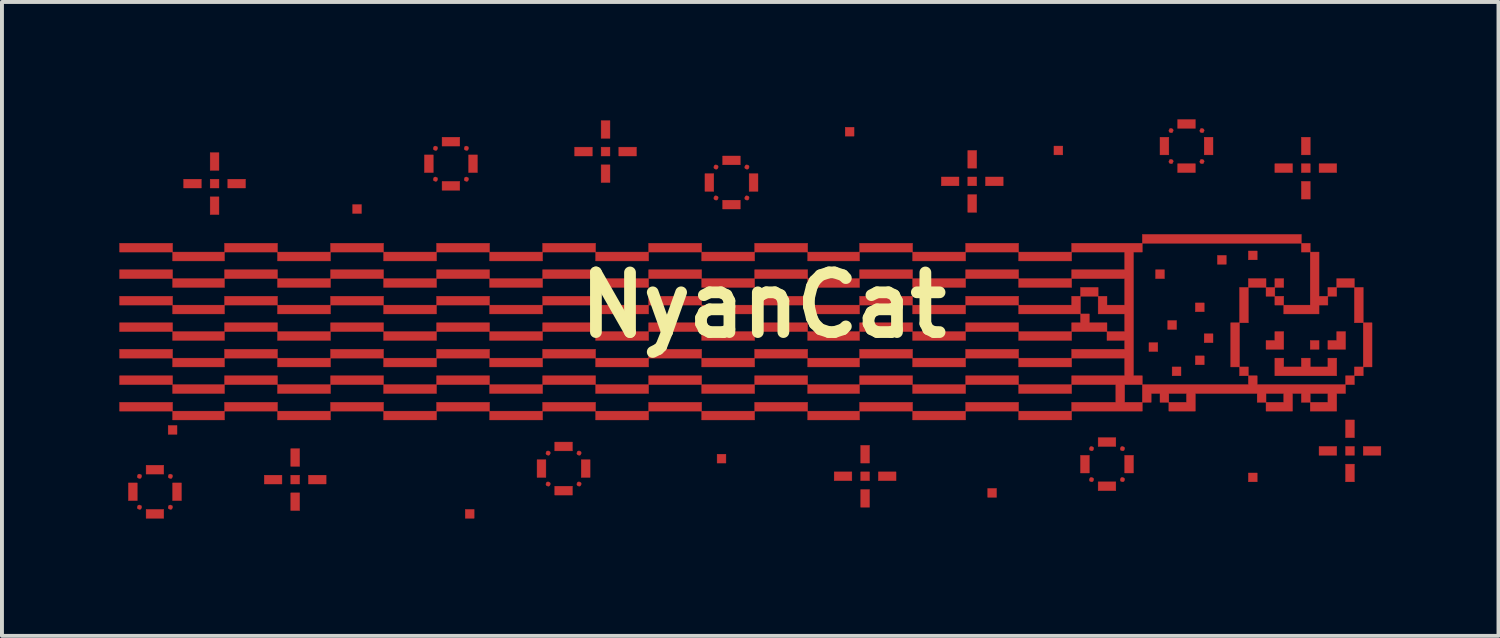
<source format=kicad_pcb>
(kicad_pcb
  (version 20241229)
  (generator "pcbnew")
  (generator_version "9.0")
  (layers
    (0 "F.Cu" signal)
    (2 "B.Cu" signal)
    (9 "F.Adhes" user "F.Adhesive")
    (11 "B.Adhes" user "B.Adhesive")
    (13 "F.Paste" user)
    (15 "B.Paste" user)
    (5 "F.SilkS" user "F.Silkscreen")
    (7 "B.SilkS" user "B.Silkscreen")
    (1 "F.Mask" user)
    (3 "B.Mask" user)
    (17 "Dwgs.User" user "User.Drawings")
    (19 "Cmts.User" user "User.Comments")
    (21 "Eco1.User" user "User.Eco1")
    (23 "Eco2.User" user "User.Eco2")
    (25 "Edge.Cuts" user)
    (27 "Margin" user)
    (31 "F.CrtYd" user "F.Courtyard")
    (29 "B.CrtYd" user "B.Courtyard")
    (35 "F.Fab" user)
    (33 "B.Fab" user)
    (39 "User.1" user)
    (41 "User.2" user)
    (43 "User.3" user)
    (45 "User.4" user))
  (footprint "NyanCat"
    (layer "F.Cu")
    (at 16.459 4.746)
    (property "Reference" "NyanCat" (at 0 0 0) (layer "F.SilkS") (effects (font (size 1.524 1.524) (thickness 0.3))))
    (attr through_hole)
    (fp_poly (pts (xy -16.454 -1.355) (xy -16.454 -1.58) (xy -15.099 -1.58) (xy -15.099 -1.355) (xy -16.454 -1.355)) (stroke (width 0.01) (type solid)) (fill yes) (layer "F.Cu"))
    (fp_poly (pts (xy -16.454 -0.677) (xy -16.454 -0.903) (xy -15.099 -0.903) (xy -15.099 -0.677) (xy -16.454 -0.677)) (stroke (width 0.01) (type solid)) (fill yes) (layer "F.Cu"))
    (fp_poly (pts (xy -16.454 0) (xy -16.454 -0.226) (xy -15.099 -0.226) (xy -15.099 0) (xy -16.454 0)) (stroke (width 0.01) (type solid)) (fill yes) (layer "F.Cu"))
    (fp_poly (pts (xy -16.454 0.677) (xy -16.454 0.452) (xy -15.099 0.452) (xy -15.099 0.677) (xy -16.454 0.677)) (stroke (width 0.01) (type solid)) (fill yes) (layer "F.Cu"))
    (fp_poly (pts (xy -16.454 1.355) (xy -16.454 1.129) (xy -15.099 1.129) (xy -15.099 1.355) (xy -16.454 1.355)) (stroke (width 0.01) (type solid)) (fill yes) (layer "F.Cu"))
    (fp_poly (pts (xy -16.454 2.032) (xy -16.454 1.806) (xy -15.099 1.806) (xy -15.099 2.032) (xy -16.454 2.032)) (stroke (width 0.01) (type solid)) (fill yes) (layer "F.Cu"))
    (fp_poly (pts (xy -16.454 2.709) (xy -16.454 2.484) (xy -15.099 2.484) (xy -15.099 2.709) (xy -16.454 2.709)) (stroke (width 0.01) (type solid)) (fill yes) (layer "F.Cu"))
    (fp_poly (pts (xy -16.002 4.995) (xy -16.228 4.995) (xy -16.228 4.544) (xy -16.002 4.544) (xy -16.002 4.995)) (stroke (width 0.01) (type solid)) (fill yes) (layer "F.Cu"))
    (fp_poly (pts (xy -15.325 4.318) (xy -15.776 4.318) (xy -15.776 4.092) (xy -15.325 4.092) (xy -15.325 4.318)) (stroke (width 0.01) (type solid)) (fill yes) (layer "F.Cu"))
    (fp_poly (pts (xy -15.325 5.447) (xy -15.776 5.447) (xy -15.776 5.221) (xy -15.325 5.221) (xy -15.325 5.447)) (stroke (width 0.01) (type solid)) (fill yes) (layer "F.Cu"))
    (fp_poly (pts (xy -14.986 3.302) (xy -15.212 3.302) (xy -15.212 3.076) (xy -14.986 3.076) (xy -14.986 3.302)) (stroke (width 0.01) (type solid)) (fill yes) (layer "F.Cu"))
    (fp_poly (pts (xy -14.873 4.995) (xy -15.099 4.995) (xy -15.099 4.544) (xy -14.873 4.544) (xy -14.873 4.995)) (stroke (width 0.01) (type solid)) (fill yes) (layer "F.Cu"))
    (fp_poly (pts (xy -14.365 -2.992) (xy -14.817 -2.992) (xy -14.817 -3.217) (xy -14.365 -3.217) (xy -14.365 -2.992)) (stroke (width 0.01) (type solid)) (fill yes) (layer "F.Cu"))
    (fp_poly (pts (xy -13.914 -3.443) (xy -14.139 -3.443) (xy -14.139 -3.895) (xy -13.914 -3.895) (xy -13.914 -3.443)) (stroke (width 0.01) (type solid)) (fill yes) (layer "F.Cu"))
    (fp_poly (pts (xy -13.914 -2.992) (xy -14.139 -2.992) (xy -14.139 -3.217) (xy -13.914 -3.217) (xy -13.914 -2.992)) (stroke (width 0.01) (type solid)) (fill yes) (layer "F.Cu"))
    (fp_poly (pts (xy -13.914 -2.314) (xy -14.139 -2.314) (xy -14.139 -2.766) (xy -13.914 -2.766) (xy -13.914 -2.314)) (stroke (width 0.01) (type solid)) (fill yes) (layer "F.Cu"))
    (fp_poly (pts (xy -13.772 -1.58) (xy -12.418 -1.58) (xy -12.418 -1.355) (xy -13.772 -1.355) (xy -13.772 -1.58)) (stroke (width 0.01) (type solid)) (fill yes) (layer "F.Cu"))
    (fp_poly (pts (xy -13.772 -1.355) (xy -13.772 -1.129) (xy -15.099 -1.129) (xy -15.099 -1.355) (xy -13.772 -1.355)) (stroke (width 0.01) (type solid)) (fill yes) (layer "F.Cu"))
    (fp_poly (pts (xy -13.772 -0.903) (xy -12.418 -0.903) (xy -12.418 -0.677) (xy -13.772 -0.677) (xy -13.772 -0.903)) (stroke (width 0.01) (type solid)) (fill yes) (layer "F.Cu"))
    (fp_poly (pts (xy -13.772 -0.677) (xy -13.772 -0.452) (xy -15.099 -0.452) (xy -15.099 -0.677) (xy -13.772 -0.677)) (stroke (width 0.01) (type solid)) (fill yes) (layer "F.Cu"))
    (fp_poly (pts (xy -13.772 -0.226) (xy -12.418 -0.226) (xy -12.418 0) (xy -13.772 0) (xy -13.772 -0.226)) (stroke (width 0.01) (type solid)) (fill yes) (layer "F.Cu"))
    (fp_poly (pts (xy -13.772 0) (xy -13.772 0.226) (xy -15.099 0.226) (xy -15.099 0) (xy -13.772 0)) (stroke (width 0.01) (type solid)) (fill yes) (layer "F.Cu"))
    (fp_poly (pts (xy -13.772 0.452) (xy -12.418 0.452) (xy -12.418 0.677) (xy -13.772 0.677) (xy -13.772 0.452)) (stroke (width 0.01) (type solid)) (fill yes) (layer "F.Cu"))
    (fp_poly (pts (xy -13.772 0.677) (xy -13.772 0.903) (xy -15.099 0.903) (xy -15.099 0.677) (xy -13.772 0.677)) (stroke (width 0.01) (type solid)) (fill yes) (layer "F.Cu"))
    (fp_poly (pts (xy -13.772 1.129) (xy -12.418 1.129) (xy -12.418 1.355) (xy -13.772 1.355) (xy -13.772 1.129)) (stroke (width 0.01) (type solid)) (fill yes) (layer "F.Cu"))
    (fp_poly (pts (xy -13.772 1.355) (xy -13.772 1.58) (xy -15.099 1.58) (xy -15.099 1.355) (xy -13.772 1.355)) (stroke (width 0.01) (type solid)) (fill yes) (layer "F.Cu"))
    (fp_poly (pts (xy -13.772 1.806) (xy -12.418 1.806) (xy -12.418 2.032) (xy -13.772 2.032) (xy -13.772 1.806)) (stroke (width 0.01) (type solid)) (fill yes) (layer "F.Cu"))
    (fp_poly (pts (xy -13.772 2.032) (xy -13.772 2.258) (xy -15.099 2.258) (xy -15.099 2.032) (xy -13.772 2.032)) (stroke (width 0.01) (type solid)) (fill yes) (layer "F.Cu"))
    (fp_poly (pts (xy -13.772 2.484) (xy -12.418 2.484) (xy -12.418 2.709) (xy -13.772 2.709) (xy -13.772 2.484)) (stroke (width 0.01) (type solid)) (fill yes) (layer "F.Cu"))
    (fp_poly (pts (xy -13.772 2.709) (xy -13.772 2.935) (xy -15.099 2.935) (xy -15.099 2.709) (xy -13.772 2.709)) (stroke (width 0.01) (type solid)) (fill yes) (layer "F.Cu"))
    (fp_poly (pts (xy -13.236 -2.992) (xy -13.688 -2.992) (xy -13.688 -3.217) (xy -13.236 -3.217) (xy -13.236 -2.992)) (stroke (width 0.01) (type solid)) (fill yes) (layer "F.Cu"))
    (fp_poly (pts (xy -12.305 4.572) (xy -12.756 4.572) (xy -12.756 4.346) (xy -12.305 4.346) (xy -12.305 4.572)) (stroke (width 0.01) (type solid)) (fill yes) (layer "F.Cu"))
    (fp_poly (pts (xy -11.853 4.12) (xy -12.079 4.12) (xy -12.079 3.669) (xy -11.853 3.669) (xy -11.853 4.12)) (stroke (width 0.01) (type solid)) (fill yes) (layer "F.Cu"))
    (fp_poly (pts (xy -11.853 4.572) (xy -12.079 4.572) (xy -12.079 4.346) (xy -11.853 4.346) (xy -11.853 4.572)) (stroke (width 0.01) (type solid)) (fill yes) (layer "F.Cu"))
    (fp_poly (pts (xy -11.853 5.249) (xy -12.079 5.249) (xy -12.079 4.798) (xy -11.853 4.798) (xy -11.853 5.249)) (stroke (width 0.01) (type solid)) (fill yes) (layer "F.Cu"))
    (fp_poly (pts (xy -11.176 4.572) (xy -11.628 4.572) (xy -11.628 4.346) (xy -11.176 4.346) (xy -11.176 4.572)) (stroke (width 0.01) (type solid)) (fill yes) (layer "F.Cu"))
    (fp_poly (pts (xy -11.063 -1.58) (xy -9.708 -1.58) (xy -9.708 -1.355) (xy -11.063 -1.355) (xy -11.063 -1.58)) (stroke (width 0.01) (type solid)) (fill yes) (layer "F.Cu"))
    (fp_poly (pts (xy -11.063 -1.355) (xy -11.063 -1.129) (xy -12.418 -1.129) (xy -12.418 -1.355) (xy -11.063 -1.355)) (stroke (width 0.01) (type solid)) (fill yes) (layer "F.Cu"))
    (fp_poly (pts (xy -11.063 -0.903) (xy -9.708 -0.903) (xy -9.708 -0.677) (xy -11.063 -0.677) (xy -11.063 -0.903)) (stroke (width 0.01) (type solid)) (fill yes) (layer "F.Cu"))
    (fp_poly (pts (xy -11.063 -0.677) (xy -11.063 -0.452) (xy -12.418 -0.452) (xy -12.418 -0.677) (xy -11.063 -0.677)) (stroke (width 0.01) (type solid)) (fill yes) (layer "F.Cu"))
    (fp_poly (pts (xy -11.063 -0.226) (xy -9.708 -0.226) (xy -9.708 0) (xy -11.063 0) (xy -11.063 -0.226)) (stroke (width 0.01) (type solid)) (fill yes) (layer "F.Cu"))
    (fp_poly (pts (xy -11.063 0) (xy -11.063 0.226) (xy -12.418 0.226) (xy -12.418 0) (xy -11.063 0)) (stroke (width 0.01) (type solid)) (fill yes) (layer "F.Cu"))
    (fp_poly (pts (xy -11.063 0.452) (xy -9.708 0.452) (xy -9.708 0.677) (xy -11.063 0.677) (xy -11.063 0.452)) (stroke (width 0.01) (type solid)) (fill yes) (layer "F.Cu"))
    (fp_poly (pts (xy -11.063 0.677) (xy -11.063 0.903) (xy -12.418 0.903) (xy -12.418 0.677) (xy -11.063 0.677)) (stroke (width 0.01) (type solid)) (fill yes) (layer "F.Cu"))
    (fp_poly (pts (xy -11.063 1.129) (xy -9.708 1.129) (xy -9.708 1.355) (xy -11.063 1.355) (xy -11.063 1.129)) (stroke (width 0.01) (type solid)) (fill yes) (layer "F.Cu"))
    (fp_poly (pts (xy -11.063 1.355) (xy -11.063 1.58) (xy -12.418 1.58) (xy -12.418 1.355) (xy -11.063 1.355)) (stroke (width 0.01) (type solid)) (fill yes) (layer "F.Cu"))
    (fp_poly (pts (xy -11.063 1.806) (xy -9.708 1.806) (xy -9.708 2.032) (xy -11.063 2.032) (xy -11.063 1.806)) (stroke (width 0.01) (type solid)) (fill yes) (layer "F.Cu"))
    (fp_poly (pts (xy -11.063 2.032) (xy -11.063 2.258) (xy -12.418 2.258) (xy -12.418 2.032) (xy -11.063 2.032)) (stroke (width 0.01) (type solid)) (fill yes) (layer "F.Cu"))
    (fp_poly (pts (xy -11.063 2.484) (xy -9.708 2.484) (xy -9.708 2.709) (xy -11.063 2.709) (xy -11.063 2.484)) (stroke (width 0.01) (type solid)) (fill yes) (layer "F.Cu"))
    (fp_poly (pts (xy -11.063 2.709) (xy -11.063 2.935) (xy -12.418 2.935) (xy -12.418 2.709) (xy -11.063 2.709)) (stroke (width 0.01) (type solid)) (fill yes) (layer "F.Cu"))
    (fp_poly (pts (xy -10.273 -2.342) (xy -10.499 -2.342) (xy -10.499 -2.568) (xy -10.273 -2.568) (xy -10.273 -2.342)) (stroke (width 0.01) (type solid)) (fill yes) (layer "F.Cu"))
    (fp_poly (pts (xy -8.438 -3.387) (xy -8.664 -3.387) (xy -8.664 -3.838) (xy -8.438 -3.838) (xy -8.438 -3.387)) (stroke (width 0.01) (type solid)) (fill yes) (layer "F.Cu"))
    (fp_poly (pts (xy -8.354 -1.58) (xy -6.999 -1.58) (xy -6.999 -1.355) (xy -8.354 -1.355) (xy -8.354 -1.58)) (stroke (width 0.01) (type solid)) (fill yes) (layer "F.Cu"))
    (fp_poly (pts (xy -8.354 -1.355) (xy -8.354 -1.129) (xy -9.708 -1.129) (xy -9.708 -1.355) (xy -8.354 -1.355)) (stroke (width 0.01) (type solid)) (fill yes) (layer "F.Cu"))
    (fp_poly (pts (xy -8.354 -0.903) (xy -6.999 -0.903) (xy -6.999 -0.677) (xy -8.354 -0.677) (xy -8.354 -0.903)) (stroke (width 0.01) (type solid)) (fill yes) (layer "F.Cu"))
    (fp_poly (pts (xy -8.354 -0.677) (xy -8.354 -0.452) (xy -9.708 -0.452) (xy -9.708 -0.677) (xy -8.354 -0.677)) (stroke (width 0.01) (type solid)) (fill yes) (layer "F.Cu"))
    (fp_poly (pts (xy -8.354 -0.226) (xy -6.999 -0.226) (xy -6.999 0) (xy -8.354 0) (xy -8.354 -0.226)) (stroke (width 0.01) (type solid)) (fill yes) (layer "F.Cu"))
    (fp_poly (pts (xy -8.354 0) (xy -8.354 0.226) (xy -9.708 0.226) (xy -9.708 0) (xy -8.354 0)) (stroke (width 0.01) (type solid)) (fill yes) (layer "F.Cu"))
    (fp_poly (pts (xy -8.354 0.452) (xy -6.999 0.452) (xy -6.999 0.677) (xy -8.354 0.677) (xy -8.354 0.452)) (stroke (width 0.01) (type solid)) (fill yes) (layer "F.Cu"))
    (fp_poly (pts (xy -8.354 0.677) (xy -8.354 0.903) (xy -9.708 0.903) (xy -9.708 0.677) (xy -8.354 0.677)) (stroke (width 0.01) (type solid)) (fill yes) (layer "F.Cu"))
    (fp_poly (pts (xy -8.354 1.129) (xy -6.999 1.129) (xy -6.999 1.355) (xy -8.354 1.355) (xy -8.354 1.129)) (stroke (width 0.01) (type solid)) (fill yes) (layer "F.Cu"))
    (fp_poly (pts (xy -8.354 1.355) (xy -8.354 1.58) (xy -9.708 1.58) (xy -9.708 1.355) (xy -8.354 1.355)) (stroke (width 0.01) (type solid)) (fill yes) (layer "F.Cu"))
    (fp_poly (pts (xy -8.354 1.806) (xy -6.999 1.806) (xy -6.999 2.032) (xy -8.354 2.032) (xy -8.354 1.806)) (stroke (width 0.01) (type solid)) (fill yes) (layer "F.Cu"))
    (fp_poly (pts (xy -8.354 2.032) (xy -8.354 2.258) (xy -9.708 2.258) (xy -9.708 2.032) (xy -8.354 2.032)) (stroke (width 0.01) (type solid)) (fill yes) (layer "F.Cu"))
    (fp_poly (pts (xy -8.354 2.484) (xy -6.999 2.484) (xy -6.999 2.709) (xy -8.354 2.709) (xy -8.354 2.484)) (stroke (width 0.01) (type solid)) (fill yes) (layer "F.Cu"))
    (fp_poly (pts (xy -8.354 2.709) (xy -8.354 2.935) (xy -9.708 2.935) (xy -9.708 2.709) (xy -8.354 2.709)) (stroke (width 0.01) (type solid)) (fill yes) (layer "F.Cu"))
    (fp_poly (pts (xy -7.761 -4.064) (xy -8.213 -4.064) (xy -8.213 -4.29) (xy -7.761 -4.29) (xy -7.761 -4.064)) (stroke (width 0.01) (type solid)) (fill yes) (layer "F.Cu"))
    (fp_poly (pts (xy -7.761 -2.935) (xy -8.213 -2.935) (xy -8.213 -3.161) (xy -7.761 -3.161) (xy -7.761 -2.935)) (stroke (width 0.01) (type solid)) (fill yes) (layer "F.Cu"))
    (fp_poly (pts (xy -7.394 5.447) (xy -7.62 5.447) (xy -7.62 5.221) (xy -7.394 5.221) (xy -7.394 5.447)) (stroke (width 0.01) (type solid)) (fill yes) (layer "F.Cu"))
    (fp_poly (pts (xy -7.31 -3.387) (xy -7.535 -3.387) (xy -7.535 -3.838) (xy -7.31 -3.838) (xy -7.31 -3.387)) (stroke (width 0.01) (type solid)) (fill yes) (layer "F.Cu"))
    (fp_poly (pts (xy -5.644 -1.58) (xy -4.29 -1.58) (xy -4.29 -1.355) (xy -5.644 -1.355) (xy -5.644 -1.58)) (stroke (width 0.01) (type solid)) (fill yes) (layer "F.Cu"))
    (fp_poly (pts (xy -5.644 -1.355) (xy -5.644 -1.129) (xy -6.999 -1.129) (xy -6.999 -1.355) (xy -5.644 -1.355)) (stroke (width 0.01) (type solid)) (fill yes) (layer "F.Cu"))
    (fp_poly (pts (xy -5.644 -0.903) (xy -4.29 -0.903) (xy -4.29 -0.677) (xy -5.644 -0.677) (xy -5.644 -0.903)) (stroke (width 0.01) (type solid)) (fill yes) (layer "F.Cu"))
    (fp_poly (pts (xy -5.644 -0.677) (xy -5.644 -0.452) (xy -6.999 -0.452) (xy -6.999 -0.677) (xy -5.644 -0.677)) (stroke (width 0.01) (type solid)) (fill yes) (layer "F.Cu"))
    (fp_poly (pts (xy -5.644 -0.226) (xy -4.29 -0.226) (xy -4.29 0) (xy -5.644 0) (xy -5.644 -0.226)) (stroke (width 0.01) (type solid)) (fill yes) (layer "F.Cu"))
    (fp_poly (pts (xy -5.644 0) (xy -5.644 0.226) (xy -6.999 0.226) (xy -6.999 0) (xy -5.644 0)) (stroke (width 0.01) (type solid)) (fill yes) (layer "F.Cu"))
    (fp_poly (pts (xy -5.644 0.452) (xy -4.29 0.452) (xy -4.29 0.677) (xy -5.644 0.677) (xy -5.644 0.452)) (stroke (width 0.01) (type solid)) (fill yes) (layer "F.Cu"))
    (fp_poly (pts (xy -5.644 0.677) (xy -5.644 0.903) (xy -6.999 0.903) (xy -6.999 0.677) (xy -5.644 0.677)) (stroke (width 0.01) (type solid)) (fill yes) (layer "F.Cu"))
    (fp_poly (pts (xy -5.644 1.129) (xy -4.29 1.129) (xy -4.29 1.355) (xy -5.644 1.355) (xy -5.644 1.129)) (stroke (width 0.01) (type solid)) (fill yes) (layer "F.Cu"))
    (fp_poly (pts (xy -5.644 1.355) (xy -5.644 1.58) (xy -6.999 1.58) (xy -6.999 1.355) (xy -5.644 1.355)) (stroke (width 0.01) (type solid)) (fill yes) (layer "F.Cu"))
    (fp_poly (pts (xy -5.644 1.806) (xy -4.29 1.806) (xy -4.29 2.032) (xy -5.644 2.032) (xy -5.644 1.806)) (stroke (width 0.01) (type solid)) (fill yes) (layer "F.Cu"))
    (fp_poly (pts (xy -5.644 2.032) (xy -5.644 2.258) (xy -6.999 2.258) (xy -6.999 2.032) (xy -5.644 2.032)) (stroke (width 0.01) (type solid)) (fill yes) (layer "F.Cu"))
    (fp_poly (pts (xy -5.644 2.484) (xy -4.29 2.484) (xy -4.29 2.709) (xy -5.644 2.709) (xy -5.644 2.484)) (stroke (width 0.01) (type solid)) (fill yes) (layer "F.Cu"))
    (fp_poly (pts (xy -5.644 2.709) (xy -5.644 2.935) (xy -6.999 2.935) (xy -6.999 2.709) (xy -5.644 2.709)) (stroke (width 0.01) (type solid)) (fill yes) (layer "F.Cu"))
    (fp_poly (pts (xy -5.56 4.403) (xy -5.786 4.403) (xy -5.786 3.951) (xy -5.56 3.951) (xy -5.56 4.403)) (stroke (width 0.01) (type solid)) (fill yes) (layer "F.Cu"))
    (fp_poly (pts (xy -4.882 3.725) (xy -5.334 3.725) (xy -5.334 3.5) (xy -4.882 3.5) (xy -4.882 3.725)) (stroke (width 0.01) (type solid)) (fill yes) (layer "F.Cu"))
    (fp_poly (pts (xy -4.882 4.854) (xy -5.334 4.854) (xy -5.334 4.628) (xy -4.882 4.628) (xy -4.882 4.854)) (stroke (width 0.01) (type solid)) (fill yes) (layer "F.Cu"))
    (fp_poly (pts (xy -4.431 4.403) (xy -4.657 4.403) (xy -4.657 3.951) (xy -4.431 3.951) (xy -4.431 4.403)) (stroke (width 0.01) (type solid)) (fill yes) (layer "F.Cu"))
    (fp_poly (pts (xy -4.374 -3.81) (xy -4.826 -3.81) (xy -4.826 -4.036) (xy -4.374 -4.036) (xy -4.374 -3.81)) (stroke (width 0.01) (type solid)) (fill yes) (layer "F.Cu"))
    (fp_poly (pts (xy -3.923 -4.262) (xy -4.149 -4.262) (xy -4.149 -4.713) (xy -3.923 -4.713) (xy -3.923 -4.262)) (stroke (width 0.01) (type solid)) (fill yes) (layer "F.Cu"))
    (fp_poly (pts (xy -3.923 -3.81) (xy -4.149 -3.81) (xy -4.149 -4.036) (xy -3.923 -4.036) (xy -3.923 -3.81)) (stroke (width 0.01) (type solid)) (fill yes) (layer "F.Cu"))
    (fp_poly (pts (xy -3.923 -3.133) (xy -4.149 -3.133) (xy -4.149 -3.584) (xy -3.923 -3.584) (xy -3.923 -3.133)) (stroke (width 0.01) (type solid)) (fill yes) (layer "F.Cu"))
    (fp_poly (pts (xy -3.246 -3.81) (xy -3.697 -3.81) (xy -3.697 -4.036) (xy -3.246 -4.036) (xy -3.246 -3.81)) (stroke (width 0.01) (type solid)) (fill yes) (layer "F.Cu"))
    (fp_poly (pts (xy -2.935 -1.58) (xy -1.58 -1.58) (xy -1.58 -1.355) (xy -2.935 -1.355) (xy -2.935 -1.58)) (stroke (width 0.01) (type solid)) (fill yes) (layer "F.Cu"))
    (fp_poly (pts (xy -2.935 -1.355) (xy -2.935 -1.129) (xy -4.29 -1.129) (xy -4.29 -1.355) (xy -2.935 -1.355)) (stroke (width 0.01) (type solid)) (fill yes) (layer "F.Cu"))
    (fp_poly (pts (xy -2.935 -0.903) (xy -1.58 -0.903) (xy -1.58 -0.677) (xy -2.935 -0.677) (xy -2.935 -0.903)) (stroke (width 0.01) (type solid)) (fill yes) (layer "F.Cu"))
    (fp_poly (pts (xy -2.935 -0.677) (xy -2.935 -0.452) (xy -4.29 -0.452) (xy -4.29 -0.677) (xy -2.935 -0.677)) (stroke (width 0.01) (type solid)) (fill yes) (layer "F.Cu"))
    (fp_poly (pts (xy -2.935 -0.226) (xy -1.58 -0.226) (xy -1.58 0) (xy -2.935 0) (xy -2.935 -0.226)) (stroke (width 0.01) (type solid)) (fill yes) (layer "F.Cu"))
    (fp_poly (pts (xy -2.935 0) (xy -2.935 0.226) (xy -4.29 0.226) (xy -4.29 0) (xy -2.935 0)) (stroke (width 0.01) (type solid)) (fill yes) (layer "F.Cu"))
    (fp_poly (pts (xy -2.935 0.452) (xy -1.58 0.452) (xy -1.58 0.677) (xy -2.935 0.677) (xy -2.935 0.452)) (stroke (width 0.01) (type solid)) (fill yes) (layer "F.Cu"))
    (fp_poly (pts (xy -2.935 0.677) (xy -2.935 0.903) (xy -4.29 0.903) (xy -4.29 0.677) (xy -2.935 0.677)) (stroke (width 0.01) (type solid)) (fill yes) (layer "F.Cu"))
    (fp_poly (pts (xy -2.935 1.129) (xy -1.58 1.129) (xy -1.58 1.355) (xy -2.935 1.355) (xy -2.935 1.129)) (stroke (width 0.01) (type solid)) (fill yes) (layer "F.Cu"))
    (fp_poly (pts (xy -2.935 1.355) (xy -2.935 1.58) (xy -4.29 1.58) (xy -4.29 1.355) (xy -2.935 1.355)) (stroke (width 0.01) (type solid)) (fill yes) (layer "F.Cu"))
    (fp_poly (pts (xy -2.935 1.806) (xy -1.58 1.806) (xy -1.58 2.032) (xy -2.935 2.032) (xy -2.935 1.806)) (stroke (width 0.01) (type solid)) (fill yes) (layer "F.Cu"))
    (fp_poly (pts (xy -2.935 2.032) (xy -2.935 2.258) (xy -4.29 2.258) (xy -4.29 2.032) (xy -2.935 2.032)) (stroke (width 0.01) (type solid)) (fill yes) (layer "F.Cu"))
    (fp_poly (pts (xy -2.935 2.484) (xy -1.58 2.484) (xy -1.58 2.709) (xy -2.935 2.709) (xy -2.935 2.484)) (stroke (width 0.01) (type solid)) (fill yes) (layer "F.Cu"))
    (fp_poly (pts (xy -2.935 2.709) (xy -2.935 2.935) (xy -4.29 2.935) (xy -4.29 2.709) (xy -2.935 2.709)) (stroke (width 0.01) (type solid)) (fill yes) (layer "F.Cu"))
    (fp_poly (pts (xy -1.27 -2.907) (xy -1.496 -2.907) (xy -1.496 -3.358) (xy -1.27 -3.358) (xy -1.27 -2.907)) (stroke (width 0.01) (type solid)) (fill yes) (layer "F.Cu"))
    (fp_poly (pts (xy -0.96 4.036) (xy -1.185 4.036) (xy -1.185 3.81) (xy -0.96 3.81) (xy -0.96 4.036)) (stroke (width 0.01) (type solid)) (fill yes) (layer "F.Cu"))
    (fp_poly (pts (xy -0.593 -3.584) (xy -1.044 -3.584) (xy -1.044 -3.81) (xy -0.593 -3.81) (xy -0.593 -3.584)) (stroke (width 0.01) (type solid)) (fill yes) (layer "F.Cu"))
    (fp_poly (pts (xy -0.593 -2.455) (xy -1.044 -2.455) (xy -1.044 -2.681) (xy -0.593 -2.681) (xy -0.593 -2.455)) (stroke (width 0.01) (type solid)) (fill yes) (layer "F.Cu"))
    (fp_poly (pts (xy -0.226 -1.58) (xy 1.129 -1.58) (xy 1.129 -1.355) (xy -0.226 -1.355) (xy -0.226 -1.58)) (stroke (width 0.01) (type solid)) (fill yes) (layer "F.Cu"))
    (fp_poly (pts (xy -0.226 -1.355) (xy -0.226 -1.129) (xy -1.58 -1.129) (xy -1.58 -1.355) (xy -0.226 -1.355)) (stroke (width 0.01) (type solid)) (fill yes) (layer "F.Cu"))
    (fp_poly (pts (xy -0.226 -0.903) (xy 1.129 -0.903) (xy 1.129 -0.677) (xy -0.226 -0.677) (xy -0.226 -0.903)) (stroke (width 0.01) (type solid)) (fill yes) (layer "F.Cu"))
    (fp_poly (pts (xy -0.226 -0.677) (xy -0.226 -0.452) (xy -1.58 -0.452) (xy -1.58 -0.677) (xy -0.226 -0.677)) (stroke (width 0.01) (type solid)) (fill yes) (layer "F.Cu"))
    (fp_poly (pts (xy -0.226 -0.226) (xy 1.129 -0.226) (xy 1.129 0) (xy -0.226 0) (xy -0.226 -0.226)) (stroke (width 0.01) (type solid)) (fill yes) (layer "F.Cu"))
    (fp_poly (pts (xy -0.226 0) (xy -0.226 0.226) (xy -1.58 0.226) (xy -1.58 0) (xy -0.226 0)) (stroke (width 0.01) (type solid)) (fill yes) (layer "F.Cu"))
    (fp_poly (pts (xy -0.226 0.452) (xy 1.129 0.452) (xy 1.129 0.677) (xy -0.226 0.677) (xy -0.226 0.452)) (stroke (width 0.01) (type solid)) (fill yes) (layer "F.Cu"))
    (fp_poly (pts (xy -0.226 0.677) (xy -0.226 0.903) (xy -1.58 0.903) (xy -1.58 0.677) (xy -0.226 0.677)) (stroke (width 0.01) (type solid)) (fill yes) (layer "F.Cu"))
    (fp_poly (pts (xy -0.226 1.129) (xy 1.129 1.129) (xy 1.129 1.355) (xy -0.226 1.355) (xy -0.226 1.129)) (stroke (width 0.01) (type solid)) (fill yes) (layer "F.Cu"))
    (fp_poly (pts (xy -0.226 1.355) (xy -0.226 1.58) (xy -1.58 1.58) (xy -1.58 1.355) (xy -0.226 1.355)) (stroke (width 0.01) (type solid)) (fill yes) (layer "F.Cu"))
    (fp_poly (pts (xy -0.226 1.806) (xy 1.129 1.806) (xy 1.129 2.032) (xy -0.226 2.032) (xy -0.226 1.806)) (stroke (width 0.01) (type solid)) (fill yes) (layer "F.Cu"))
    (fp_poly (pts (xy -0.226 2.032) (xy -0.226 2.258) (xy -1.58 2.258) (xy -1.58 2.032) (xy -0.226 2.032)) (stroke (width 0.01) (type solid)) (fill yes) (layer "F.Cu"))
    (fp_poly (pts (xy -0.226 2.484) (xy 1.129 2.484) (xy 1.129 2.709) (xy -0.226 2.709) (xy -0.226 2.484)) (stroke (width 0.01) (type solid)) (fill yes) (layer "F.Cu"))
    (fp_poly (pts (xy -0.226 2.709) (xy -0.226 2.935) (xy -1.58 2.935) (xy -1.58 2.709) (xy -0.226 2.709)) (stroke (width 0.01) (type solid)) (fill yes) (layer "F.Cu"))
    (fp_poly (pts (xy -0.141 -2.907) (xy -0.367 -2.907) (xy -0.367 -3.358) (xy -0.141 -3.358) (xy -0.141 -2.907)) (stroke (width 0.01) (type solid)) (fill yes) (layer "F.Cu"))
    (fp_poly (pts (xy 2.258 4.487) (xy 1.806 4.487) (xy 1.806 4.262) (xy 2.258 4.262) (xy 2.258 4.487)) (stroke (width 0.01) (type solid)) (fill yes) (layer "F.Cu"))
    (fp_poly (pts (xy 2.314 -4.318) (xy 2.088 -4.318) (xy 2.088 -4.544) (xy 2.314 -4.544) (xy 2.314 -4.318)) (stroke (width 0.01) (type solid)) (fill yes) (layer "F.Cu"))
    (fp_poly (pts (xy 2.455 -1.58) (xy 3.81 -1.58) (xy 3.81 -1.355) (xy 2.455 -1.355) (xy 2.455 -1.58)) (stroke (width 0.01) (type solid)) (fill yes) (layer "F.Cu"))
    (fp_poly (pts (xy 2.455 -1.355) (xy 2.455 -1.129) (xy 1.129 -1.129) (xy 1.129 -1.355) (xy 2.455 -1.355)) (stroke (width 0.01) (type solid)) (fill yes) (layer "F.Cu"))
    (fp_poly (pts (xy 2.455 -0.903) (xy 3.81 -0.903) (xy 3.81 -0.677) (xy 2.455 -0.677) (xy 2.455 -0.903)) (stroke (width 0.01) (type solid)) (fill yes) (layer "F.Cu"))
    (fp_poly (pts (xy 2.455 -0.677) (xy 2.455 -0.452) (xy 1.129 -0.452) (xy 1.129 -0.677) (xy 2.455 -0.677)) (stroke (width 0.01) (type solid)) (fill yes) (layer "F.Cu"))
    (fp_poly (pts (xy 2.455 -0.226) (xy 3.81 -0.226) (xy 3.81 0) (xy 2.455 0) (xy 2.455 -0.226)) (stroke (width 0.01) (type solid)) (fill yes) (layer "F.Cu"))
    (fp_poly (pts (xy 2.455 0) (xy 2.455 0.226) (xy 1.129 0.226) (xy 1.129 0) (xy 2.455 0)) (stroke (width 0.01) (type solid)) (fill yes) (layer "F.Cu"))
    (fp_poly (pts (xy 2.455 0.452) (xy 3.81 0.452) (xy 3.81 0.677) (xy 2.455 0.677) (xy 2.455 0.452)) (stroke (width 0.01) (type solid)) (fill yes) (layer "F.Cu"))
    (fp_poly (pts (xy 2.455 0.677) (xy 2.455 0.903) (xy 1.129 0.903) (xy 1.129 0.677) (xy 2.455 0.677)) (stroke (width 0.01) (type solid)) (fill yes) (layer "F.Cu"))
    (fp_poly (pts (xy 2.455 1.129) (xy 3.81 1.129) (xy 3.81 1.355) (xy 2.455 1.355) (xy 2.455 1.129)) (stroke (width 0.01) (type solid)) (fill yes) (layer "F.Cu"))
    (fp_poly (pts (xy 2.455 1.355) (xy 2.455 1.58) (xy 1.129 1.58) (xy 1.129 1.355) (xy 2.455 1.355)) (stroke (width 0.01) (type solid)) (fill yes) (layer "F.Cu"))
    (fp_poly (pts (xy 2.455 1.806) (xy 3.81 1.806) (xy 3.81 2.032) (xy 2.455 2.032) (xy 2.455 1.806)) (stroke (width 0.01) (type solid)) (fill yes) (layer "F.Cu"))
    (fp_poly (pts (xy 2.455 2.032) (xy 2.455 2.258) (xy 1.129 2.258) (xy 1.129 2.032) (xy 2.455 2.032)) (stroke (width 0.01) (type solid)) (fill yes) (layer "F.Cu"))
    (fp_poly (pts (xy 2.455 2.484) (xy 3.81 2.484) (xy 3.81 2.709) (xy 2.455 2.709) (xy 2.455 2.484)) (stroke (width 0.01) (type solid)) (fill yes) (layer "F.Cu"))
    (fp_poly (pts (xy 2.455 2.709) (xy 2.455 2.935) (xy 1.129 2.935) (xy 1.129 2.709) (xy 2.455 2.709)) (stroke (width 0.01) (type solid)) (fill yes) (layer "F.Cu"))
    (fp_poly (pts (xy 2.709 4.036) (xy 2.484 4.036) (xy 2.484 3.584) (xy 2.709 3.584) (xy 2.709 4.036)) (stroke (width 0.01) (type solid)) (fill yes) (layer "F.Cu"))
    (fp_poly (pts (xy 2.709 4.487) (xy 2.484 4.487) (xy 2.484 4.262) (xy 2.709 4.262) (xy 2.709 4.487)) (stroke (width 0.01) (type solid)) (fill yes) (layer "F.Cu"))
    (fp_poly (pts (xy 2.709 5.165) (xy 2.484 5.165) (xy 2.484 4.713) (xy 2.709 4.713) (xy 2.709 5.165)) (stroke (width 0.01) (type solid)) (fill yes) (layer "F.Cu"))
    (fp_poly (pts (xy 3.387 4.487) (xy 2.935 4.487) (xy 2.935 4.262) (xy 3.387 4.262) (xy 3.387 4.487)) (stroke (width 0.01) (type solid)) (fill yes) (layer "F.Cu"))
    (fp_poly (pts (xy 4.995 -3.048) (xy 4.544 -3.048) (xy 4.544 -3.274) (xy 4.995 -3.274) (xy 4.995 -3.048)) (stroke (width 0.01) (type solid)) (fill yes) (layer "F.Cu"))
    (fp_poly (pts (xy 5.165 -1.58) (xy 6.519 -1.58) (xy 6.519 -1.355) (xy 5.165 -1.355) (xy 5.165 -1.58)) (stroke (width 0.01) (type solid)) (fill yes) (layer "F.Cu"))
    (fp_poly (pts (xy 5.165 -1.355) (xy 5.165 -1.129) (xy 3.81 -1.129) (xy 3.81 -1.355) (xy 5.165 -1.355)) (stroke (width 0.01) (type solid)) (fill yes) (layer "F.Cu"))
    (fp_poly (pts (xy 5.165 -0.903) (xy 6.519 -0.903) (xy 6.519 -0.677) (xy 5.165 -0.677) (xy 5.165 -0.903)) (stroke (width 0.01) (type solid)) (fill yes) (layer "F.Cu"))
    (fp_poly (pts (xy 5.165 -0.677) (xy 5.165 -0.452) (xy 3.81 -0.452) (xy 3.81 -0.677) (xy 5.165 -0.677)) (stroke (width 0.01) (type solid)) (fill yes) (layer "F.Cu"))
    (fp_poly (pts (xy 5.165 -0.226) (xy 6.519 -0.226) (xy 6.519 0) (xy 5.165 0) (xy 5.165 -0.226)) (stroke (width 0.01) (type solid)) (fill yes) (layer "F.Cu"))
    (fp_poly (pts (xy 5.165 0) (xy 5.165 0.226) (xy 3.81 0.226) (xy 3.81 0) (xy 5.165 0)) (stroke (width 0.01) (type solid)) (fill yes) (layer "F.Cu"))
    (fp_poly (pts (xy 5.165 0.452) (xy 6.519 0.452) (xy 6.519 0.677) (xy 5.165 0.677) (xy 5.165 0.452)) (stroke (width 0.01) (type solid)) (fill yes) (layer "F.Cu"))
    (fp_poly (pts (xy 5.165 0.677) (xy 5.165 0.903) (xy 3.81 0.903) (xy 3.81 0.677) (xy 5.165 0.677)) (stroke (width 0.01) (type solid)) (fill yes) (layer "F.Cu"))
    (fp_poly (pts (xy 5.165 1.129) (xy 6.519 1.129) (xy 6.519 1.355) (xy 5.165 1.355) (xy 5.165 1.129)) (stroke (width 0.01) (type solid)) (fill yes) (layer "F.Cu"))
    (fp_poly (pts (xy 5.165 1.355) (xy 5.165 1.58) (xy 3.81 1.58) (xy 3.81 1.355) (xy 5.165 1.355)) (stroke (width 0.01) (type solid)) (fill yes) (layer "F.Cu"))
    (fp_poly (pts (xy 5.165 1.806) (xy 6.519 1.806) (xy 6.519 2.032) (xy 5.165 2.032) (xy 5.165 1.806)) (stroke (width 0.01) (type solid)) (fill yes) (layer "F.Cu"))
    (fp_poly (pts (xy 5.165 2.032) (xy 5.165 2.258) (xy 3.81 2.258) (xy 3.81 2.032) (xy 5.165 2.032)) (stroke (width 0.01) (type solid)) (fill yes) (layer "F.Cu"))
    (fp_poly (pts (xy 5.165 2.484) (xy 6.519 2.484) (xy 6.519 2.709) (xy 5.165 2.709) (xy 5.165 2.484)) (stroke (width 0.01) (type solid)) (fill yes) (layer "F.Cu"))
    (fp_poly (pts (xy 5.165 2.709) (xy 5.165 2.935) (xy 3.81 2.935) (xy 3.81 2.709) (xy 5.165 2.709)) (stroke (width 0.01) (type solid)) (fill yes) (layer "F.Cu"))
    (fp_poly (pts (xy 5.447 -3.5) (xy 5.221 -3.5) (xy 5.221 -3.951) (xy 5.447 -3.951) (xy 5.447 -3.5)) (stroke (width 0.01) (type solid)) (fill yes) (layer "F.Cu"))
    (fp_poly (pts (xy 5.447 -3.048) (xy 5.221 -3.048) (xy 5.221 -3.274) (xy 5.447 -3.274) (xy 5.447 -3.048)) (stroke (width 0.01) (type solid)) (fill yes) (layer "F.Cu"))
    (fp_poly (pts (xy 5.447 -2.371) (xy 5.221 -2.371) (xy 5.221 -2.822) (xy 5.447 -2.822) (xy 5.447 -2.371)) (stroke (width 0.01) (type solid)) (fill yes) (layer "F.Cu"))
    (fp_poly (pts (xy 5.955 4.911) (xy 5.729 4.911) (xy 5.729 4.685) (xy 5.955 4.685) (xy 5.955 4.911)) (stroke (width 0.01) (type solid)) (fill yes) (layer "F.Cu"))
    (fp_poly (pts (xy 6.124 -3.048) (xy 5.673 -3.048) (xy 5.673 -3.274) (xy 6.124 -3.274) (xy 6.124 -3.048)) (stroke (width 0.01) (type solid)) (fill yes) (layer "F.Cu"))
    (fp_poly (pts (xy 7.648 -3.838) (xy 7.422 -3.838) (xy 7.422 -4.064) (xy 7.648 -4.064) (xy 7.648 -3.838)) (stroke (width 0.01) (type solid)) (fill yes) (layer "F.Cu"))
    (fp_poly (pts (xy 7.874 -1.355) (xy 7.874 -1.129) (xy 6.519 -1.129) (xy 6.519 -1.355) (xy 7.874 -1.355)) (stroke (width 0.01) (type solid)) (fill yes) (layer "F.Cu"))
    (fp_poly (pts (xy 7.874 -0.677) (xy 7.874 -0.452) (xy 6.519 -0.452) (xy 6.519 -0.677) (xy 7.874 -0.677)) (stroke (width 0.01) (type solid)) (fill yes) (layer "F.Cu"))
    (fp_poly (pts (xy 7.874 0.677) (xy 7.874 0.903) (xy 6.519 0.903) (xy 6.519 0.677) (xy 7.874 0.677)) (stroke (width 0.01) (type solid)) (fill yes) (layer "F.Cu"))
    (fp_poly (pts (xy 7.874 1.355) (xy 7.874 1.58) (xy 6.519 1.58) (xy 6.519 1.355) (xy 7.874 1.355)) (stroke (width 0.01) (type solid)) (fill yes) (layer "F.Cu"))
    (fp_poly (pts (xy 7.874 2.032) (xy 7.874 2.258) (xy 6.519 2.258) (xy 6.519 2.032) (xy 7.874 2.032)) (stroke (width 0.01) (type solid)) (fill yes) (layer "F.Cu"))
    (fp_poly (pts (xy 7.874 2.709) (xy 7.874 2.935) (xy 6.519 2.935) (xy 6.519 2.709) (xy 7.874 2.709)) (stroke (width 0.01) (type solid)) (fill yes) (layer "F.Cu"))
    (fp_poly (pts (xy 8.326 4.29) (xy 8.1 4.29) (xy 8.1 3.838) (xy 8.326 3.838) (xy 8.326 4.29)) (stroke (width 0.01) (type solid)) (fill yes) (layer "F.Cu"))
    (fp_poly (pts (xy 9.003 3.612) (xy 8.551 3.612) (xy 8.551 3.387) (xy 9.003 3.387) (xy 9.003 3.612)) (stroke (width 0.01) (type solid)) (fill yes) (layer "F.Cu"))
    (fp_poly (pts (xy 9.003 4.741) (xy 8.551 4.741) (xy 8.551 4.516) (xy 9.003 4.516) (xy 9.003 4.741)) (stroke (width 0.01) (type solid)) (fill yes) (layer "F.Cu"))
    (fp_poly (pts (xy 9.454 4.29) (xy 9.229 4.29) (xy 9.229 3.838) (xy 9.454 3.838) (xy 9.454 4.29)) (stroke (width 0.01) (type solid)) (fill yes) (layer "F.Cu"))
    (fp_poly (pts (xy 9.68 -1.806) (xy 13.744 -1.806) (xy 13.744 -1.58) (xy 9.68 -1.58) (xy 9.68 -1.806)) (stroke (width 0.01) (type solid)) (fill yes) (layer "F.Cu"))
    (fp_poly (pts (xy 10.075 1.185) (xy 9.85 1.185) (xy 9.85 0.96) (xy 10.075 0.96) (xy 10.075 1.185)) (stroke (width 0.01) (type solid)) (fill yes) (layer "F.Cu"))
    (fp_poly (pts (xy 10.245 -0.677) (xy 10.019 -0.677) (xy 10.019 -0.903) (xy 10.245 -0.903) (xy 10.245 -0.677)) (stroke (width 0.01) (type solid)) (fill yes) (layer "F.Cu"))
    (fp_poly (pts (xy 10.358 -3.838) (xy 10.132 -3.838) (xy 10.132 -4.29) (xy 10.358 -4.29) (xy 10.358 -3.838)) (stroke (width 0.01) (type solid)) (fill yes) (layer "F.Cu"))
    (fp_poly (pts (xy 10.555 0.621) (xy 10.329 0.621) (xy 10.329 0.395) (xy 10.555 0.395) (xy 10.555 0.621)) (stroke (width 0.01) (type solid)) (fill yes) (layer "F.Cu"))
    (fp_poly (pts (xy 10.668 1.806) (xy 10.442 1.806) (xy 10.442 1.58) (xy 10.668 1.58) (xy 10.668 1.806)) (stroke (width 0.01) (type solid)) (fill yes) (layer "F.Cu"))
    (fp_poly (pts (xy 11.035 -4.516) (xy 10.583 -4.516) (xy 10.583 -4.741) (xy 11.035 -4.741) (xy 11.035 -4.516)) (stroke (width 0.01) (type solid)) (fill yes) (layer "F.Cu"))
    (fp_poly (pts (xy 11.035 -3.387) (xy 10.583 -3.387) (xy 10.583 -3.612) (xy 11.035 -3.612) (xy 11.035 -3.387)) (stroke (width 0.01) (type solid)) (fill yes) (layer "F.Cu"))
    (fp_poly (pts (xy 11.261 0.169) (xy 11.035 0.169) (xy 11.035 -0.056) (xy 11.261 -0.056) (xy 11.261 0.169)) (stroke (width 0.01) (type solid)) (fill yes) (layer "F.Cu"))
    (fp_poly (pts (xy 11.261 1.524) (xy 11.035 1.524) (xy 11.035 1.298) (xy 11.261 1.298) (xy 11.261 1.524)) (stroke (width 0.01) (type solid)) (fill yes) (layer "F.Cu"))
    (fp_poly (pts (xy 11.486 -3.838) (xy 11.261 -3.838) (xy 11.261 -4.29) (xy 11.486 -4.29) (xy 11.486 -3.838)) (stroke (width 0.01) (type solid)) (fill yes) (layer "F.Cu"))
    (fp_poly (pts (xy 11.486 0.96) (xy 11.261 0.96) (xy 11.261 0.734) (xy 11.486 0.734) (xy 11.486 0.96)) (stroke (width 0.01) (type solid)) (fill yes) (layer "F.Cu"))
    (fp_poly (pts (xy 11.825 -1.044) (xy 11.599 -1.044) (xy 11.599 -1.27) (xy 11.825 -1.27) (xy 11.825 -1.044)) (stroke (width 0.01) (type solid)) (fill yes) (layer "F.Cu"))
    (fp_poly (pts (xy 11.938 1.58) (xy 11.938 0.452) (xy 12.164 0.452) (xy 12.164 1.58) (xy 11.938 1.58)) (stroke (width 0.01) (type solid)) (fill yes) (layer "F.Cu"))
    (fp_poly (pts (xy 12.164 -0.452) (xy 12.39 -0.452) (xy 12.39 0.452) (xy 12.164 0.452) (xy 12.164 -0.452)) (stroke (width 0.01) (type solid)) (fill yes) (layer "F.Cu"))
    (fp_poly (pts (xy 12.39 -0.452) (xy 12.39 -0.677) (xy 12.841 -0.677) (xy 12.841 -0.452) (xy 12.39 -0.452)) (stroke (width 0.01) (type solid)) (fill yes) (layer "F.Cu"))
    (fp_poly (pts (xy 12.39 1.58) (xy 12.39 1.806) (xy 12.164 1.806) (xy 12.164 1.58) (xy 12.39 1.58)) (stroke (width 0.01) (type solid)) (fill yes) (layer "F.Cu"))
    (fp_poly (pts (xy 12.615 -1.157) (xy 12.39 -1.157) (xy 12.39 -1.383) (xy 12.615 -1.383) (xy 12.615 -1.157)) (stroke (width 0.01) (type solid)) (fill yes) (layer "F.Cu"))
    (fp_poly (pts (xy 12.615 4.516) (xy 12.39 4.516) (xy 12.39 4.29) (xy 12.615 4.29) (xy 12.615 4.516)) (stroke (width 0.01) (type solid)) (fill yes) (layer "F.Cu"))
    (fp_poly (pts (xy 13.067 -0.677) (xy 13.293 -0.677) (xy 13.293 -0.452) (xy 13.067 -0.452) (xy 13.067 -0.677)) (stroke (width 0.01) (type solid)) (fill yes) (layer "F.Cu"))
    (fp_poly (pts (xy 13.067 -0.226) (xy 12.841 -0.226) (xy 12.841 -0.452) (xy 13.067 -0.452) (xy 13.067 -0.226)) (stroke (width 0.01) (type solid)) (fill yes) (layer "F.Cu"))
    (fp_poly (pts (xy 13.293 -0.226) (xy 13.293 0) (xy 13.067 0) (xy 13.067 -0.226) (xy 13.293 -0.226)) (stroke (width 0.01) (type solid)) (fill yes) (layer "F.Cu"))
    (fp_poly (pts (xy 13.518 -3.387) (xy 13.067 -3.387) (xy 13.067 -3.612) (xy 13.518 -3.612) (xy 13.518 -3.387)) (stroke (width 0.01) (type solid)) (fill yes) (layer "F.Cu"))
    (fp_poly (pts (xy 13.744 -1.355) (xy 13.744 -1.58) (xy 13.97 -1.58) (xy 13.97 -1.355) (xy 13.744 -1.355)) (stroke (width 0.01) (type solid)) (fill yes) (layer "F.Cu"))
    (fp_poly (pts (xy 13.97 -3.838) (xy 13.744 -3.838) (xy 13.744 -4.29) (xy 13.97 -4.29) (xy 13.97 -3.838)) (stroke (width 0.01) (type solid)) (fill yes) (layer "F.Cu"))
    (fp_poly (pts (xy 13.97 -3.387) (xy 13.744 -3.387) (xy 13.744 -3.612) (xy 13.97 -3.612) (xy 13.97 -3.387)) (stroke (width 0.01) (type solid)) (fill yes) (layer "F.Cu"))
    (fp_poly (pts (xy 13.97 -2.709) (xy 13.744 -2.709) (xy 13.744 -3.161) (xy 13.97 -3.161) (xy 13.97 -2.709)) (stroke (width 0.01) (type solid)) (fill yes) (layer "F.Cu"))
    (fp_poly (pts (xy 14.196 1.129) (xy 13.97 1.129) (xy 13.97 0.903) (xy 14.196 0.903) (xy 14.196 1.129)) (stroke (width 0.01) (type solid)) (fill yes) (layer "F.Cu"))
    (fp_poly (pts (xy 14.647 -3.387) (xy 14.196 -3.387) (xy 14.196 -3.612) (xy 14.647 -3.612) (xy 14.647 -3.387)) (stroke (width 0.01) (type solid)) (fill yes) (layer "F.Cu"))
    (fp_poly (pts (xy 14.647 -0.677) (xy 15.099 -0.677) (xy 15.099 -0.452) (xy 14.647 -0.452) (xy 14.647 -0.677)) (stroke (width 0.01) (type solid)) (fill yes) (layer "F.Cu"))
    (fp_poly (pts (xy 14.647 -0.226) (xy 14.422 -0.226) (xy 14.422 -0.452) (xy 14.647 -0.452) (xy 14.647 -0.226)) (stroke (width 0.01) (type solid)) (fill yes) (layer "F.Cu"))
    (fp_poly (pts (xy 14.647 3.838) (xy 14.196 3.838) (xy 14.196 3.612) (xy 14.647 3.612) (xy 14.647 3.838)) (stroke (width 0.01) (type solid)) (fill yes) (layer "F.Cu"))
    (fp_poly (pts (xy 15.099 0.452) (xy 15.099 -0.452) (xy 15.325 -0.452) (xy 15.325 0.452) (xy 15.099 0.452)) (stroke (width 0.01) (type solid)) (fill yes) (layer "F.Cu"))
    (fp_poly (pts (xy 15.099 2.032) (xy 14.873 2.032) (xy 14.873 1.806) (xy 15.099 1.806) (xy 15.099 2.032)) (stroke (width 0.01) (type solid)) (fill yes) (layer "F.Cu"))
    (fp_poly (pts (xy 15.099 3.387) (xy 14.873 3.387) (xy 14.873 2.935) (xy 15.099 2.935) (xy 15.099 3.387)) (stroke (width 0.01) (type solid)) (fill yes) (layer "F.Cu"))
    (fp_poly (pts (xy 15.099 3.838) (xy 14.873 3.838) (xy 14.873 3.612) (xy 15.099 3.612) (xy 15.099 3.838)) (stroke (width 0.01) (type solid)) (fill yes) (layer "F.Cu"))
    (fp_poly (pts (xy 15.099 4.516) (xy 14.873 4.516) (xy 14.873 4.064) (xy 15.099 4.064) (xy 15.099 4.516)) (stroke (width 0.01) (type solid)) (fill yes) (layer "F.Cu"))
    (fp_poly (pts (xy 15.325 1.806) (xy 15.099 1.806) (xy 15.099 1.58) (xy 15.325 1.58) (xy 15.325 1.806)) (stroke (width 0.01) (type solid)) (fill yes) (layer "F.Cu"))
    (fp_poly (pts (xy 15.55 0.452) (xy 15.55 1.58) (xy 15.325 1.58) (xy 15.325 0.452) (xy 15.55 0.452)) (stroke (width 0.01) (type solid)) (fill yes) (layer "F.Cu"))
    (fp_poly (pts (xy 15.776 3.838) (xy 15.325 3.838) (xy 15.325 3.612) (xy 15.776 3.612) (xy 15.776 3.838)) (stroke (width 0.01) (type solid)) (fill yes) (layer "F.Cu"))
    (fp_poly (pts (xy 13.293 1.129) (xy 12.841 1.129) (xy 12.841 0.903) (xy 13.067 0.903) (xy 13.067 0.677) (xy 13.293 0.677) (xy 13.293 1.129)) (stroke (width 0.01) (type solid)) (fill yes) (layer "F.Cu"))
    (fp_poly (pts (xy 14.873 1.129) (xy 14.422 1.129) (xy 14.422 0.903) (xy 14.647 0.903) (xy 14.647 0.677) (xy 14.873 0.677) (xy 14.873 1.129)) (stroke (width 0.01) (type solid)) (fill yes) (layer "F.Cu"))
    (fp_poly (pts (xy -15.898 4.338) (xy -15.889 4.374) (xy -15.909 4.422) (xy -15.946 4.431) (xy -15.993 4.411) (xy -16.002 4.374) (xy -15.982 4.327) (xy -15.946 4.318) (xy -15.898 4.338)) (stroke (width 0.01) (type solid)) (fill yes) (layer "F.Cu"))
    (fp_poly (pts (xy -15.898 5.128) (xy -15.889 5.165) (xy -15.909 5.212) (xy -15.946 5.221) (xy -15.993 5.201) (xy -16.002 5.165) (xy -15.982 5.117) (xy -15.946 5.108) (xy -15.898 5.128)) (stroke (width 0.01) (type solid)) (fill yes) (layer "F.Cu"))
    (fp_poly (pts (xy -15.108 4.338) (xy -15.099 4.374) (xy -15.119 4.422) (xy -15.155 4.431) (xy -15.203 4.411) (xy -15.212 4.374) (xy -15.192 4.327) (xy -15.155 4.318) (xy -15.108 4.338)) (stroke (width 0.01) (type solid)) (fill yes) (layer "F.Cu"))
    (fp_poly (pts (xy -15.108 5.128) (xy -15.099 5.165) (xy -15.119 5.212) (xy -15.155 5.221) (xy -15.203 5.201) (xy -15.212 5.165) (xy -15.192 5.117) (xy -15.155 5.108) (xy -15.108 5.128)) (stroke (width 0.01) (type solid)) (fill yes) (layer "F.Cu"))
    (fp_poly (pts (xy -8.335 -4.044) (xy -8.326 -4.008) (xy -8.346 -3.96) (xy -8.382 -3.951) (xy -8.429 -3.971) (xy -8.438 -4.008) (xy -8.418 -4.055) (xy -8.382 -4.064) (xy -8.335 -4.044)) (stroke (width 0.01) (type solid)) (fill yes) (layer "F.Cu"))
    (fp_poly (pts (xy -8.335 -3.254) (xy -8.326 -3.217) (xy -8.346 -3.17) (xy -8.382 -3.161) (xy -8.429 -3.181) (xy -8.438 -3.217) (xy -8.418 -3.265) (xy -8.382 -3.274) (xy -8.335 -3.254)) (stroke (width 0.01) (type solid)) (fill yes) (layer "F.Cu"))
    (fp_poly (pts (xy -7.545 -4.044) (xy -7.535 -4.008) (xy -7.555 -3.96) (xy -7.592 -3.951) (xy -7.639 -3.971) (xy -7.648 -4.008) (xy -7.628 -4.055) (xy -7.592 -4.064) (xy -7.545 -4.044)) (stroke (width 0.01) (type solid)) (fill yes) (layer "F.Cu"))
    (fp_poly (pts (xy -7.545 -3.254) (xy -7.535 -3.217) (xy -7.555 -3.17) (xy -7.592 -3.161) (xy -7.639 -3.181) (xy -7.648 -3.217) (xy -7.628 -3.265) (xy -7.592 -3.274) (xy -7.545 -3.254)) (stroke (width 0.01) (type solid)) (fill yes) (layer "F.Cu"))
    (fp_poly (pts (xy -5.456 3.745) (xy -5.447 3.782) (xy -5.467 3.829) (xy -5.503 3.838) (xy -5.551 3.818) (xy -5.56 3.782) (xy -5.54 3.735) (xy -5.503 3.725) (xy -5.456 3.745)) (stroke (width 0.01) (type solid)) (fill yes) (layer "F.Cu"))
    (fp_poly (pts (xy -5.456 4.536) (xy -5.447 4.572) (xy -5.467 4.619) (xy -5.503 4.628) (xy -5.551 4.608) (xy -5.56 4.572) (xy -5.54 4.525) (xy -5.503 4.516) (xy -5.456 4.536)) (stroke (width 0.01) (type solid)) (fill yes) (layer "F.Cu"))
    (fp_poly (pts (xy -4.666 3.745) (xy -4.657 3.782) (xy -4.677 3.829) (xy -4.713 3.838) (xy -4.76 3.818) (xy -4.77 3.782) (xy -4.75 3.735) (xy -4.713 3.725) (xy -4.666 3.745)) (stroke (width 0.01) (type solid)) (fill yes) (layer "F.Cu"))
    (fp_poly (pts (xy -4.666 4.536) (xy -4.657 4.572) (xy -4.677 4.619) (xy -4.713 4.628) (xy -4.76 4.608) (xy -4.77 4.572) (xy -4.75 4.525) (xy -4.713 4.516) (xy -4.666 4.536)) (stroke (width 0.01) (type solid)) (fill yes) (layer "F.Cu"))
    (fp_poly (pts (xy -1.166 -3.564) (xy -1.157 -3.528) (xy -1.177 -3.481) (xy -1.214 -3.471) (xy -1.261 -3.491) (xy -1.27 -3.528) (xy -1.25 -3.575) (xy -1.214 -3.584) (xy -1.166 -3.564)) (stroke (width 0.01) (type solid)) (fill yes) (layer "F.Cu"))
    (fp_poly (pts (xy -1.166 -2.774) (xy -1.157 -2.738) (xy -1.177 -2.69) (xy -1.214 -2.681) (xy -1.261 -2.701) (xy -1.27 -2.738) (xy -1.25 -2.785) (xy -1.214 -2.794) (xy -1.166 -2.774)) (stroke (width 0.01) (type solid)) (fill yes) (layer "F.Cu"))
    (fp_poly (pts (xy -0.376 -3.564) (xy -0.367 -3.528) (xy -0.387 -3.481) (xy -0.423 -3.471) (xy -0.471 -3.491) (xy -0.48 -3.528) (xy -0.46 -3.575) (xy -0.423 -3.584) (xy -0.376 -3.564)) (stroke (width 0.01) (type solid)) (fill yes) (layer "F.Cu"))
    (fp_poly (pts (xy -0.376 -2.774) (xy -0.367 -2.738) (xy -0.387 -2.69) (xy -0.423 -2.681) (xy -0.471 -2.701) (xy -0.48 -2.738) (xy -0.46 -2.785) (xy -0.423 -2.794) (xy -0.376 -2.774)) (stroke (width 0.01) (type solid)) (fill yes) (layer "F.Cu"))
    (fp_poly (pts (xy 8.429 3.632) (xy 8.438 3.669) (xy 8.418 3.716) (xy 8.382 3.725) (xy 8.335 3.705) (xy 8.326 3.669) (xy 8.346 3.622) (xy 8.382 3.612) (xy 8.429 3.632)) (stroke (width 0.01) (type solid)) (fill yes) (layer "F.Cu"))
    (fp_poly (pts (xy 8.429 4.423) (xy 8.438 4.459) (xy 8.418 4.506) (xy 8.382 4.516) (xy 8.335 4.496) (xy 8.326 4.459) (xy 8.346 4.412) (xy 8.382 4.403) (xy 8.429 4.423)) (stroke (width 0.01) (type solid)) (fill yes) (layer "F.Cu"))
    (fp_poly (pts (xy 9.219 3.632) (xy 9.229 3.669) (xy 9.209 3.716) (xy 9.172 3.725) (xy 9.125 3.705) (xy 9.116 3.669) (xy 9.136 3.622) (xy 9.172 3.612) (xy 9.219 3.632)) (stroke (width 0.01) (type solid)) (fill yes) (layer "F.Cu"))
    (fp_poly (pts (xy 9.219 4.423) (xy 9.229 4.459) (xy 9.209 4.506) (xy 9.172 4.516) (xy 9.125 4.496) (xy 9.116 4.459) (xy 9.136 4.412) (xy 9.172 4.403) (xy 9.219 4.423)) (stroke (width 0.01) (type solid)) (fill yes) (layer "F.Cu"))
    (fp_poly (pts (xy 10.461 -4.496) (xy 10.47 -4.459) (xy 10.45 -4.412) (xy 10.414 -4.403) (xy 10.367 -4.423) (xy 10.358 -4.459) (xy 10.378 -4.506) (xy 10.414 -4.516) (xy 10.461 -4.496)) (stroke (width 0.01) (type solid)) (fill yes) (layer "F.Cu"))
    (fp_poly (pts (xy 10.461 -3.705) (xy 10.47 -3.669) (xy 10.45 -3.622) (xy 10.414 -3.612) (xy 10.367 -3.632) (xy 10.358 -3.669) (xy 10.378 -3.716) (xy 10.414 -3.725) (xy 10.461 -3.705)) (stroke (width 0.01) (type solid)) (fill yes) (layer "F.Cu"))
    (fp_poly (pts (xy 11.251 -4.496) (xy 11.261 -4.459) (xy 11.241 -4.412) (xy 11.204 -4.403) (xy 11.157 -4.423) (xy 11.148 -4.459) (xy 11.168 -4.506) (xy 11.204 -4.516) (xy 11.251 -4.496)) (stroke (width 0.01) (type solid)) (fill yes) (layer "F.Cu"))
    (fp_poly (pts (xy 11.251 -3.705) (xy 11.261 -3.669) (xy 11.241 -3.622) (xy 11.204 -3.612) (xy 11.157 -3.632) (xy 11.148 -3.669) (xy 11.168 -3.716) (xy 11.204 -3.725) (xy 11.251 -3.705)) (stroke (width 0.01) (type solid)) (fill yes) (layer "F.Cu"))
    (fp_poly (pts (xy 14.422 0) (xy 14.196 0) (xy 14.196 0.226) (xy 13.293 0.226) (xy 13.293 0) (xy 13.97 0) (xy 13.97 -1.355) (xy 14.196 -1.355) (xy 14.196 -0.226) (xy 14.422 -0.226) (xy 14.422 0)) (stroke (width 0.01) (type solid)) (fill yes) (layer "F.Cu"))
    (fp_poly (pts (xy 13.293 1.58) (xy 13.744 1.58) (xy 13.744 1.355) (xy 13.97 1.355) (xy 13.97 1.58) (xy 14.422 1.58) (xy 14.422 1.355) (xy 14.647 1.355) (xy 14.647 1.806) (xy 13.067 1.806) (xy 13.067 1.355) (xy 13.293 1.355) (xy 13.293 1.58)) (stroke (width 0.01) (type solid)) (fill yes) (layer "F.Cu"))
    (fp_poly (pts (xy 14.873 2.258) (xy 14.647 2.258) (xy 14.647 2.709) (xy 13.97 2.709) (xy 13.97 2.484) (xy 13.744 2.484) (xy 13.744 2.258) (xy 13.97 2.258) (xy 13.97 2.484) (xy 14.422 2.484) (xy 14.422 2.258) (xy 13.97 2.258) (xy 13.744 2.258) (xy 13.518 2.258) (xy 13.518 2.709) (xy 12.841 2.709) (xy 12.841 2.484) (xy 12.615 2.484) (xy 12.615 2.258) (xy 12.841 2.258) (xy 12.841 2.484) (xy 13.293 2.484) (xy 13.293 2.258) (xy 12.841 2.258) (xy 12.615 2.258) (xy 11.035 2.258) (xy 11.035 2.709) (xy 10.358 2.709) (xy 10.358 2.484) (xy 10.132 2.484) (xy 10.132 2.258) (xy 10.358 2.258) (xy 10.358 2.484) (xy 10.809 2.484) (xy 10.809 2.258) (xy 10.358 2.258) (xy 10.132 2.258) (xy 9.906 2.258) (xy 9.906 2.484) (xy 9.68 2.484) (xy 9.68 2.032) (xy 12.39 2.032) (xy 12.39 1.806) (xy 12.615 1.806) (xy 12.615 2.032) (xy 14.873 2.032) (xy 14.873 2.258)) (stroke (width 0.01) (type solid)) (fill yes) (layer "F.Cu"))
    (fp_poly (pts (xy 9.68 2.709) (xy 7.874 2.709) (xy 7.874 2.484) (xy 9.003 2.484) (xy 9.003 2.032) (xy 7.874 2.032) (xy 7.874 1.806) (xy 9.229 1.806) (xy 9.229 1.355) (xy 7.874 1.355) (xy 7.874 1.129) (xy 9.229 1.129) (xy 9.229 0.903) (xy 8.777 0.903) (xy 8.777 0.677) (xy 7.874 0.677) (xy 7.874 0.452) (xy 8.1 0.452) (xy 8.1 0.226) (xy 6.519 0.226) (xy 6.519 0) (xy 7.874 0) (xy 7.874 -0.226) (xy 8.1 -0.226) (xy 8.1 0.226) (xy 8.326 0.226) (xy 8.326 0.452) (xy 8.777 0.452) (xy 8.777 0.677) (xy 9.229 0.677) (xy 9.229 0.226) (xy 8.551 0.226) (xy 8.551 -0.226) (xy 8.1 -0.226) (xy 8.1 -0.452) (xy 8.551 -0.452) (xy 8.551 -0.226) (xy 8.777 -0.226) (xy 8.777 0) (xy 9.229 0) (xy 9.229 -0.677) (xy 7.874 -0.677) (xy 7.874 -0.903) (xy 9.229 -0.903) (xy 9.229 -1.355) (xy 7.874 -1.355) (xy 7.874 -1.58) (xy 9.68 -1.58) (xy 9.68 -1.355) (xy 9.454 -1.355) (xy 9.454 1.806) (xy 9.68 1.806) (xy 9.68 2.032) (xy 9.229 2.032) (xy 9.229 2.484) (xy 9.68 2.484) (xy 9.68 2.709)) (stroke (width 0.01) (type solid)) (fill yes) (layer "F.Cu")))
  (gr_rect
    (start -3 -3)
    (end 35.24 13.198)
    (stroke (width 0.1) (type default))
    (fill no)
    (layer "Edge.Cuts")))
</source>
